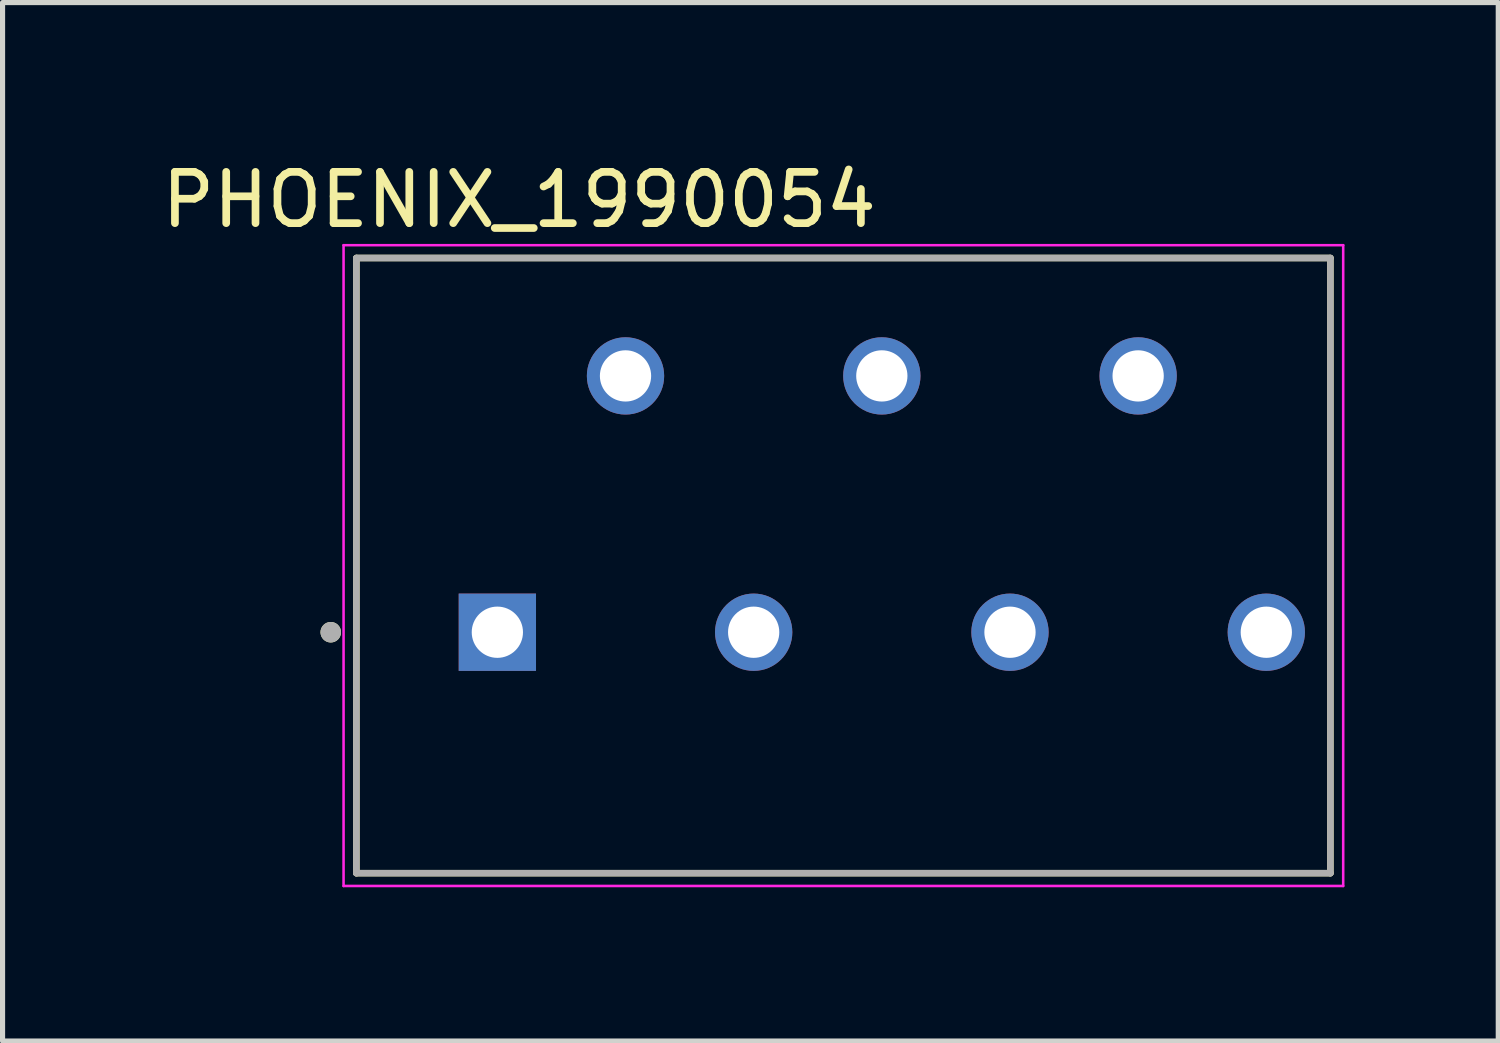
<source format=kicad_pcb>
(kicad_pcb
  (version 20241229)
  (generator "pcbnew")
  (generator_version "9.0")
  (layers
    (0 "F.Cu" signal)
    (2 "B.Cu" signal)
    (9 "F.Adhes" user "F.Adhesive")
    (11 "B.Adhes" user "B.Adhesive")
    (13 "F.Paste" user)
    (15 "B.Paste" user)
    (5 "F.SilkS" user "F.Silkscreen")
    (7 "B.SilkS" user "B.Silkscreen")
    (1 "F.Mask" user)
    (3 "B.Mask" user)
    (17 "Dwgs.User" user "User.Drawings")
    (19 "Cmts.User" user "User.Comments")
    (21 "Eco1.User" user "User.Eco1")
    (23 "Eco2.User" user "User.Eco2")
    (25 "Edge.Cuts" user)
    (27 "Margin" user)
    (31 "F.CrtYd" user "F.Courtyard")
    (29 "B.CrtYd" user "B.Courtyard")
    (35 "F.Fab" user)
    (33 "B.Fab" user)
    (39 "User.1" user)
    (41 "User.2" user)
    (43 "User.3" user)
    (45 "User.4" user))
  (footprint "PHOENIX_1990054"
    (layer "F.Cu")
    (at 3.902 13.983)
    (property "Reference" "PHOENIX_1990054" (at 3.175 -13.135 0) (layer "F.SilkS") (effects (font (size 1 1) (thickness 0.15))))
    (attr through_hole)
    (fp_line (start 0 -12) (end 0 0) (stroke (width 0.127) (type solid)) (layer "F.SilkS"))
    (fp_line (start 0 0) (end 19 0) (stroke (width 0.127) (type solid)) (layer "F.SilkS"))
    (fp_line (start 19 -12) (end 0 -12) (stroke (width 0.127) (type solid)) (layer "F.SilkS"))
    (fp_line (start 19 0) (end 19 -12) (stroke (width 0.127) (type solid)) (layer "F.SilkS"))
    (fp_circle (center -0.5 -4.7) (end -0.4 -4.7) (stroke (width 0.2) (type solid)) (fill no) (layer "F.SilkS"))
    (fp_line (start -0.25 -12.25) (end -0.25 0.25) (stroke (width 0.05) (type solid)) (layer "F.CrtYd"))
    (fp_line (start -0.25 0.25) (end 19.25 0.25) (stroke (width 0.05) (type solid)) (layer "F.CrtYd"))
    (fp_line (start 19.25 -12.25) (end -0.25 -12.25) (stroke (width 0.05) (type solid)) (layer "F.CrtYd"))
    (fp_line (start 19.25 0.25) (end 19.25 -12.25) (stroke (width 0.05) (type solid)) (layer "F.CrtYd"))
    (fp_line (start 0 -12) (end 0 0) (stroke (width 0.127) (type solid)) (layer "F.Fab"))
    (fp_line (start 0 0) (end 19 0) (stroke (width 0.127) (type solid)) (layer "F.Fab"))
    (fp_line (start 19 -12) (end 0 -12) (stroke (width 0.127) (type solid)) (layer "F.Fab"))
    (fp_line (start 19 0) (end 19 -12) (stroke (width 0.127) (type solid)) (layer "F.Fab"))
    (fp_circle (center -0.5 -4.7) (end -0.4 -4.7) (stroke (width 0.2) (type solid)) (fill no) (layer "F.Fab"))
    (pad "1" thru_hole rect (at 2.75 -4.7) (size 1.508 1.508) (drill 1) (layers "*.Cu" "*.Mask"))
    (pad "2" thru_hole circle (at 5.25 -9.7) (size 1.508 1.508) (drill 1) (layers "*.Cu" "*.Mask"))
    (pad "3" thru_hole circle (at 7.75 -4.7) (size 1.508 1.508) (drill 1) (layers "*.Cu" "*.Mask"))
    (pad "4" thru_hole circle (at 10.25 -9.7) (size 1.508 1.508) (drill 1) (layers "*.Cu" "*.Mask"))
    (pad "5" thru_hole circle (at 12.75 -4.7) (size 1.508 1.508) (drill 1) (layers "*.Cu" "*.Mask"))
    (pad "6" thru_hole circle (at 15.25 -9.7) (size 1.508 1.508) (drill 1) (layers "*.Cu" "*.Mask"))
    (pad "7" thru_hole circle (at 17.75 -4.7) (size 1.508 1.508) (drill 1) (layers "*.Cu" "*.Mask")))
  (gr_rect
    (start -3 -3)
    (end 26.177 17.258)
    (stroke (width 0.1) (type default))
    (fill no)
    (layer "Edge.Cuts")))
</source>
